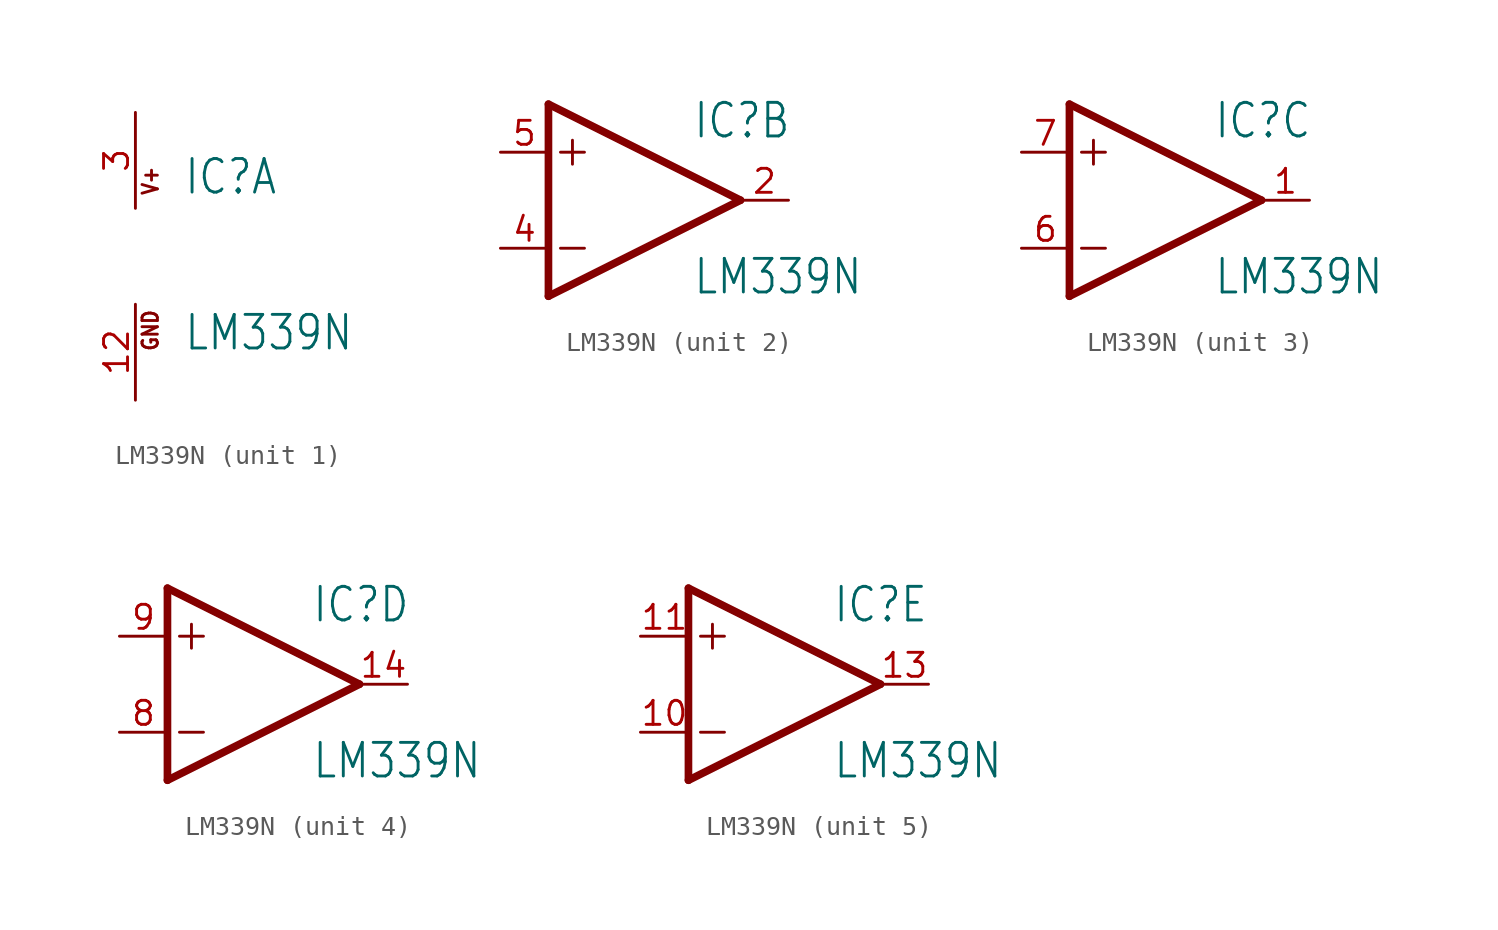
<source format=kicad_sym>
(kicad_symbol_lib
  (version 20211014)
  (generator kicad_symbol_editor)
  (symbol "LM339N"
    (property "Reference" "IC"
      (at 2.54 3.175 0)
      (effects (font (size 1.778 1.511)) (justify left bottom)))
    (property "Value" "LM339N"
      (at 2.54 -5.08 0)
      (effects (font (size 1.778 1.511)) (justify left bottom)))
    (property "ki_locked" ""
      (at 0 0 0)
      (effects (font (size 1.27 1.27))))
    (symbol "LM339N_1_0"
      (text "GND" (at 1.27 -5.08 900) (effects (font (size 0.813 0.691)) (justify left bottom)))
      (text "V+" (at 1.27 3.175 900) (effects (font (size 0.813 0.691)) (justify left bottom)))
      (pin power_in line (at 0 -7.62 90) (length 5.08) (name "GND" (effects (font (size 0 0)))) (number "12" (effects (font (size 1.27 1.27)))))
      (pin power_in line (at 0 7.62 270) (length 5.08) (name "V+" (effects (font (size 0 0)))) (number "3" (effects (font (size 1.27 1.27))))))
    (symbol "LM339N_2_0"
      (polyline (pts (xy -5.08 -5.08) (xy 5.08 0)) (stroke (width 0.406) (type default) (color 0 0 0 0)) (fill (type none)))
      (polyline (pts (xy -5.08 5.08) (xy -5.08 -5.08)) (stroke (width 0.406) (type default) (color 0 0 0 0)) (fill (type none)))
      (polyline (pts (xy -4.445 -2.54) (xy -3.175 -2.54)) (stroke (width 0.152) (type default) (color 0 0 0 0)) (fill (type none)))
      (polyline (pts (xy -4.445 2.54) (xy -3.175 2.54)) (stroke (width 0.152) (type default) (color 0 0 0 0)) (fill (type none)))
      (polyline (pts (xy -3.81 3.175) (xy -3.81 1.905)) (stroke (width 0.152) (type default) (color 0 0 0 0)) (fill (type none)))
      (polyline (pts (xy 5.08 0) (xy -5.08 5.08)) (stroke (width 0.406) (type default) (color 0 0 0 0)) (fill (type none)))
      (pin open_collector line (at 7.62 0 180) (length 2.54) (name "OUT" (effects (font (size 0 0)))) (number "2" (effects (font (size 1.27 1.27)))))
      (pin input line (at -7.62 -2.54 0) (length 2.54) (name "-IN" (effects (font (size 0 0)))) (number "4" (effects (font (size 1.27 1.27)))))
      (pin input line (at -7.62 2.54 0) (length 2.54) (name "+IN" (effects (font (size 0 0)))) (number "5" (effects (font (size 1.27 1.27))))))
    (symbol "LM339N_3_0"
      (polyline (pts (xy -5.08 -5.08) (xy 5.08 0)) (stroke (width 0.406) (type default) (color 0 0 0 0)) (fill (type none)))
      (polyline (pts (xy -5.08 5.08) (xy -5.08 -5.08)) (stroke (width 0.406) (type default) (color 0 0 0 0)) (fill (type none)))
      (polyline (pts (xy -4.445 -2.54) (xy -3.175 -2.54)) (stroke (width 0.152) (type default) (color 0 0 0 0)) (fill (type none)))
      (polyline (pts (xy -4.445 2.54) (xy -3.175 2.54)) (stroke (width 0.152) (type default) (color 0 0 0 0)) (fill (type none)))
      (polyline (pts (xy -3.81 3.175) (xy -3.81 1.905)) (stroke (width 0.152) (type default) (color 0 0 0 0)) (fill (type none)))
      (polyline (pts (xy 5.08 0) (xy -5.08 5.08)) (stroke (width 0.406) (type default) (color 0 0 0 0)) (fill (type none)))
      (pin open_collector line (at 7.62 0 180) (length 2.54) (name "OUT" (effects (font (size 0 0)))) (number "1" (effects (font (size 1.27 1.27)))))
      (pin input line (at -7.62 -2.54 0) (length 2.54) (name "-IN" (effects (font (size 0 0)))) (number "6" (effects (font (size 1.27 1.27)))))
      (pin input line (at -7.62 2.54 0) (length 2.54) (name "+IN" (effects (font (size 0 0)))) (number "7" (effects (font (size 1.27 1.27))))))
    (symbol "LM339N_4_0"
      (polyline (pts (xy -5.08 -5.08) (xy 5.08 0)) (stroke (width 0.406) (type default) (color 0 0 0 0)) (fill (type none)))
      (polyline (pts (xy -5.08 5.08) (xy -5.08 -5.08)) (stroke (width 0.406) (type default) (color 0 0 0 0)) (fill (type none)))
      (polyline (pts (xy -4.445 -2.54) (xy -3.175 -2.54)) (stroke (width 0.152) (type default) (color 0 0 0 0)) (fill (type none)))
      (polyline (pts (xy -4.445 2.54) (xy -3.175 2.54)) (stroke (width 0.152) (type default) (color 0 0 0 0)) (fill (type none)))
      (polyline (pts (xy -3.81 3.175) (xy -3.81 1.905)) (stroke (width 0.152) (type default) (color 0 0 0 0)) (fill (type none)))
      (polyline (pts (xy 5.08 0) (xy -5.08 5.08)) (stroke (width 0.406) (type default) (color 0 0 0 0)) (fill (type none)))
      (pin open_collector line (at 7.62 0 180) (length 2.54) (name "OUT" (effects (font (size 0 0)))) (number "14" (effects (font (size 1.27 1.27)))))
      (pin input line (at -7.62 -2.54 0) (length 2.54) (name "-IN" (effects (font (size 0 0)))) (number "8" (effects (font (size 1.27 1.27)))))
      (pin input line (at -7.62 2.54 0) (length 2.54) (name "+IN" (effects (font (size 0 0)))) (number "9" (effects (font (size 1.27 1.27))))))
    (symbol "LM339N_5_0"
      (polyline (pts (xy -5.08 -5.08) (xy 5.08 0)) (stroke (width 0.406) (type default) (color 0 0 0 0)) (fill (type none)))
      (polyline (pts (xy -5.08 5.08) (xy -5.08 -5.08)) (stroke (width 0.406) (type default) (color 0 0 0 0)) (fill (type none)))
      (polyline (pts (xy -4.445 -2.54) (xy -3.175 -2.54)) (stroke (width 0.152) (type default) (color 0 0 0 0)) (fill (type none)))
      (polyline (pts (xy -4.445 2.54) (xy -3.175 2.54)) (stroke (width 0.152) (type default) (color 0 0 0 0)) (fill (type none)))
      (polyline (pts (xy -3.81 3.175) (xy -3.81 1.905)) (stroke (width 0.152) (type default) (color 0 0 0 0)) (fill (type none)))
      (polyline (pts (xy 5.08 0) (xy -5.08 5.08)) (stroke (width 0.406) (type default) (color 0 0 0 0)) (fill (type none)))
      (pin input line (at -7.62 -2.54 0) (length 2.54) (name "-IN" (effects (font (size 0 0)))) (number "10" (effects (font (size 1.27 1.27)))))
      (pin input line (at -7.62 2.54 0) (length 2.54) (name "+IN" (effects (font (size 0 0)))) (number "11" (effects (font (size 1.27 1.27)))))
      (pin open_collector line (at 7.62 0 180) (length 2.54) (name "OUT" (effects (font (size 0 0)))) (number "13" (effects (font (size 1.27 1.27))))))))
</source>
